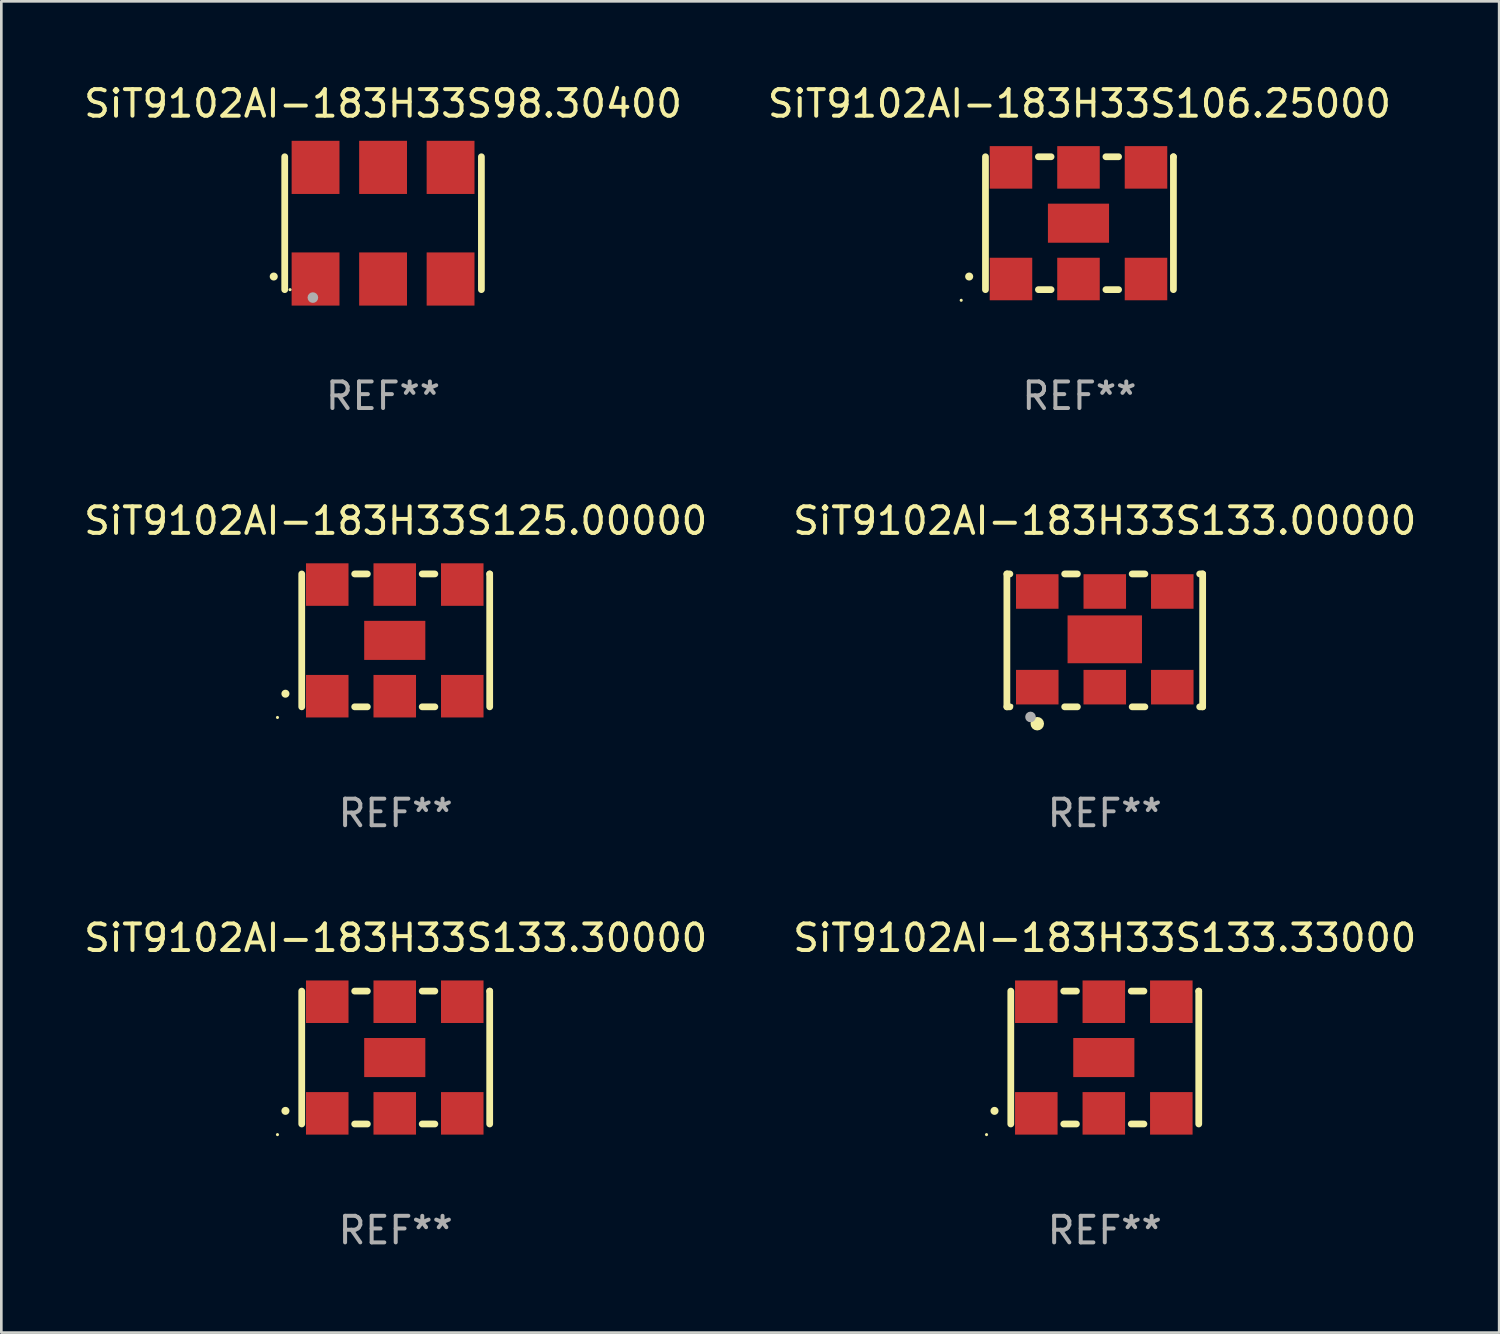
<source format=kicad_pcb>
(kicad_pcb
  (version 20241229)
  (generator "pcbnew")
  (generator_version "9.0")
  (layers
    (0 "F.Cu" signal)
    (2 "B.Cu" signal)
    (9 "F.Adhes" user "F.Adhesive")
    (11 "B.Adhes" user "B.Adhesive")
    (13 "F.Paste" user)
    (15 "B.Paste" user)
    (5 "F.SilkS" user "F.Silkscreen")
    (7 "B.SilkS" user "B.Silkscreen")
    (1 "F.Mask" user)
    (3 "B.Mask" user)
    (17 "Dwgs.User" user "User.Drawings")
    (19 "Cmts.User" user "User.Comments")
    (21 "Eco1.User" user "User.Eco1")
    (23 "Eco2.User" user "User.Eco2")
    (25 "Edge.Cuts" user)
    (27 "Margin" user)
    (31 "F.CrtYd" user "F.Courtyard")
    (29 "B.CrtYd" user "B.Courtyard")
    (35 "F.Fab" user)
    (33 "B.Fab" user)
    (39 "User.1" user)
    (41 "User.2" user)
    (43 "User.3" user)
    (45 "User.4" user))
  (footprint "SiT9102AI-183H33S133.33000"
    (layer "F.Cu")
    (at 38.518 36.741)
    (property "Reference" "SiT9102AI-183H33S133.33000" (at 0 -4.5 0) (layer "F.SilkS") (effects (font (size 1 1) (thickness 0.15))))
    (attr through_hole)
    (fp_line (start -3.536 -2.5) (end -3.536 2.5) (stroke (width 0.254) (type solid)) (layer "F.SilkS"))
    (fp_line (start -1.544 2.5) (end -1.067 2.5) (stroke (width 0.254) (type solid)) (layer "F.SilkS"))
    (fp_line (start -1.067 -2.5) (end -1.544 -2.5) (stroke (width 0.254) (type solid)) (layer "F.SilkS"))
    (fp_line (start 0.996 2.5) (end 1.473 2.5) (stroke (width 0.254) (type solid)) (layer "F.SilkS"))
    (fp_line (start 1.473 -2.5) (end 0.996 -2.5) (stroke (width 0.254) (type solid)) (layer "F.SilkS"))
    (fp_line (start 3.536 -2.5) (end 3.536 -2.5) (stroke (width 0.254) (type solid)) (layer "F.SilkS"))
    (fp_line (start 3.536 2.5) (end 3.536 -2.5) (stroke (width 0.254) (type solid)) (layer "F.SilkS"))
    (fp_arc (start -4.150432 2.006604) (mid -4.149162 2.006599) (end -4.147892 2.006604) (stroke (width 0.3) (type solid)) (layer "F.SilkS"))
    (fp_circle (center -4.449 2.9) (end -4.419 2.9) (stroke (width 0.06) (type solid)) (fill no) (layer "F.SilkS"))
    (fp_text user "REF**" (at 0 6.5 0) (layer "F.Fab") (effects (font (size 1 1) (thickness 0.15))))
    (pad "1" smd rect (at -2.576 2.1) (size 1.6 1.6) (layers "F.Cu" "F.Mask" "F.Paste"))
    (pad "2" smd rect (at -0.036 2.1) (size 1.6 1.6) (layers "F.Cu" "F.Mask" "F.Paste"))
    (pad "3" smd rect (at 2.504 2.1) (size 1.6 1.6) (layers "F.Cu" "F.Mask" "F.Paste"))
    (pad "4" smd rect (at 2.504 -2.1) (size 1.6 1.6) (layers "F.Cu" "F.Mask" "F.Paste"))
    (pad "5" smd rect (at -0.036 -2.1) (size 1.6 1.6) (layers "F.Cu" "F.Mask" "F.Paste"))
    (pad "6" smd rect (at -2.576 -2.1) (size 1.6 1.6) (layers "F.Cu" "F.Mask" "F.Paste"))
    (pad "7" smd rect (at -0.036 0) (size 2.3 1.47) (layers "F.Cu" "F.Mask" "F.Paste")))
  (footprint "SiT9102AI-183H33S133.30000"
    (layer "F.Cu")
    (at 11.839 36.741)
    (property "Reference" "SiT9102AI-183H33S133.30000" (at 0 -4.5 0) (layer "F.SilkS") (effects (font (size 1 1) (thickness 0.15))))
    (attr through_hole)
    (fp_line (start -3.536 -2.5) (end -3.536 2.5) (stroke (width 0.254) (type solid)) (layer "F.SilkS"))
    (fp_line (start -1.544 2.5) (end -1.067 2.5) (stroke (width 0.254) (type solid)) (layer "F.SilkS"))
    (fp_line (start -1.067 -2.5) (end -1.544 -2.5) (stroke (width 0.254) (type solid)) (layer "F.SilkS"))
    (fp_line (start 0.996 2.5) (end 1.473 2.5) (stroke (width 0.254) (type solid)) (layer "F.SilkS"))
    (fp_line (start 1.473 -2.5) (end 0.996 -2.5) (stroke (width 0.254) (type solid)) (layer "F.SilkS"))
    (fp_line (start 3.536 -2.5) (end 3.536 -2.5) (stroke (width 0.254) (type solid)) (layer "F.SilkS"))
    (fp_line (start 3.536 2.5) (end 3.536 -2.5) (stroke (width 0.254) (type solid)) (layer "F.SilkS"))
    (fp_arc (start -4.150432 2.006604) (mid -4.149162 2.006599) (end -4.147892 2.006604) (stroke (width 0.3) (type solid)) (layer "F.SilkS"))
    (fp_circle (center -4.449 2.9) (end -4.419 2.9) (stroke (width 0.06) (type solid)) (fill no) (layer "F.SilkS"))
    (fp_text user "REF**" (at 0 6.5 0) (layer "F.Fab") (effects (font (size 1 1) (thickness 0.15))))
    (pad "1" smd rect (at -2.576 2.1) (size 1.6 1.6) (layers "F.Cu" "F.Mask" "F.Paste"))
    (pad "2" smd rect (at -0.036 2.1) (size 1.6 1.6) (layers "F.Cu" "F.Mask" "F.Paste"))
    (pad "3" smd rect (at 2.504 2.1) (size 1.6 1.6) (layers "F.Cu" "F.Mask" "F.Paste"))
    (pad "4" smd rect (at 2.504 -2.1) (size 1.6 1.6) (layers "F.Cu" "F.Mask" "F.Paste"))
    (pad "5" smd rect (at -0.036 -2.1) (size 1.6 1.6) (layers "F.Cu" "F.Mask" "F.Paste"))
    (pad "6" smd rect (at -2.576 -2.1) (size 1.6 1.6) (layers "F.Cu" "F.Mask" "F.Paste"))
    (pad "7" smd rect (at -0.036 0) (size 2.3 1.47) (layers "F.Cu" "F.Mask" "F.Paste")))
  (footprint "SiT9102AI-183H33S98.30400"
    (layer "F.Cu")
    (at 11.363 5.348)
    (property "Reference" "SiT9102AI-183H33S98.30400" (at 0 -4.5 0) (layer "F.SilkS") (effects (font (size 1 1) (thickness 0.15))))
    (attr through_hole)
    (fp_line (start -3.7 -2.5) (end -3.7 2.5) (stroke (width 0.254) (type solid)) (layer "F.SilkS"))
    (fp_line (start 3.7 -2.5) (end 3.7 2.5) (stroke (width 0.254) (type solid)) (layer "F.SilkS"))
    (fp_arc (start -4.114415 2.006604) (mid -4.113145 2.006599) (end -4.111875 2.006604) (stroke (width 0.3) (type solid)) (layer "F.SilkS"))
    (fp_circle (center -3.5 2.501) (end -3.47 2.501) (stroke (width 0.06) (type solid)) (fill no) (layer "F.SilkS"))
    (fp_circle (center -2.641 2.799) (end -2.541 2.799) (stroke (width 0.2) (type solid)) (fill no) (layer "F.Fab"))
    (fp_text user "REF**" (at 0 6.5 0) (layer "F.Fab") (effects (font (size 1 1) (thickness 0.15))))
    (pad "1" smd rect (at -2.54 2.1) (size 1.8 2) (layers "F.Cu" "F.Mask" "F.Paste"))
    (pad "2" smd rect (at 0.000394 2.1) (size 1.8 2) (layers "F.Cu" "F.Mask" "F.Paste"))
    (pad "3" smd rect (at 2.54 2.1) (size 1.8 2) (layers "F.Cu" "F.Mask" "F.Paste"))
    (pad "4" smd rect (at 2.54 -2.1) (size 1.8 2) (layers "F.Cu" "F.Mask" "F.Paste"))
    (pad "5" smd rect (at 0.000394 -2.1) (size 1.8 2) (layers "F.Cu" "F.Mask" "F.Paste"))
    (pad "6" smd rect (at -2.54 -2.1) (size 1.8 2) (layers "F.Cu" "F.Mask" "F.Paste")))
  (footprint "SiT9102AI-183H33S125.00000"
    (layer "F.Cu")
    (at 11.839 21.045)
    (property "Reference" "SiT9102AI-183H33S125.00000" (at 0 -4.5 0) (layer "F.SilkS") (effects (font (size 1 1) (thickness 0.15))))
    (attr through_hole)
    (fp_line (start -3.536 -2.5) (end -3.536 2.5) (stroke (width 0.254) (type solid)) (layer "F.SilkS"))
    (fp_line (start -1.544 2.5) (end -1.067 2.5) (stroke (width 0.254) (type solid)) (layer "F.SilkS"))
    (fp_line (start -1.067 -2.5) (end -1.544 -2.5) (stroke (width 0.254) (type solid)) (layer "F.SilkS"))
    (fp_line (start 0.996 2.5) (end 1.473 2.5) (stroke (width 0.254) (type solid)) (layer "F.SilkS"))
    (fp_line (start 1.473 -2.5) (end 0.996 -2.5) (stroke (width 0.254) (type solid)) (layer "F.SilkS"))
    (fp_line (start 3.536 -2.5) (end 3.536 -2.5) (stroke (width 0.254) (type solid)) (layer "F.SilkS"))
    (fp_line (start 3.536 2.5) (end 3.536 -2.5) (stroke (width 0.254) (type solid)) (layer "F.SilkS"))
    (fp_arc (start -4.150432 2.006604) (mid -4.149162 2.006599) (end -4.147892 2.006604) (stroke (width 0.3) (type solid)) (layer "F.SilkS"))
    (fp_circle (center -4.449 2.9) (end -4.419 2.9) (stroke (width 0.06) (type solid)) (fill no) (layer "F.SilkS"))
    (fp_text user "REF**" (at 0 6.5 0) (layer "F.Fab") (effects (font (size 1 1) (thickness 0.15))))
    (pad "1" smd rect (at -2.576 2.1) (size 1.6 1.6) (layers "F.Cu" "F.Mask" "F.Paste"))
    (pad "2" smd rect (at -0.036 2.1) (size 1.6 1.6) (layers "F.Cu" "F.Mask" "F.Paste"))
    (pad "3" smd rect (at 2.504 2.1) (size 1.6 1.6) (layers "F.Cu" "F.Mask" "F.Paste"))
    (pad "4" smd rect (at 2.504 -2.1) (size 1.6 1.6) (layers "F.Cu" "F.Mask" "F.Paste"))
    (pad "5" smd rect (at -0.036 -2.1) (size 1.6 1.6) (layers "F.Cu" "F.Mask" "F.Paste"))
    (pad "6" smd rect (at -2.576 -2.1) (size 1.6 1.6) (layers "F.Cu" "F.Mask" "F.Paste"))
    (pad "7" smd rect (at -0.036 0) (size 2.3 1.47) (layers "F.Cu" "F.Mask" "F.Paste")))
  (footprint "SiT9102AI-183H33S106.25000"
    (layer "F.Cu")
    (at 37.565 5.348)
    (property "Reference" "SiT9102AI-183H33S106.25000" (at 0 -4.5 0) (layer "F.SilkS") (effects (font (size 1 1) (thickness 0.15))))
    (attr through_hole)
    (fp_line (start -3.536 -2.5) (end -3.536 2.5) (stroke (width 0.254) (type solid)) (layer "F.SilkS"))
    (fp_line (start -1.544 2.5) (end -1.067 2.5) (stroke (width 0.254) (type solid)) (layer "F.SilkS"))
    (fp_line (start -1.067 -2.5) (end -1.544 -2.5) (stroke (width 0.254) (type solid)) (layer "F.SilkS"))
    (fp_line (start 0.996 2.5) (end 1.473 2.5) (stroke (width 0.254) (type solid)) (layer "F.SilkS"))
    (fp_line (start 1.473 -2.5) (end 0.996 -2.5) (stroke (width 0.254) (type solid)) (layer "F.SilkS"))
    (fp_line (start 3.536 -2.5) (end 3.536 -2.5) (stroke (width 0.254) (type solid)) (layer "F.SilkS"))
    (fp_line (start 3.536 2.5) (end 3.536 -2.5) (stroke (width 0.254) (type solid)) (layer "F.SilkS"))
    (fp_arc (start -4.150432 2.006604) (mid -4.149162 2.006599) (end -4.147892 2.006604) (stroke (width 0.3) (type solid)) (layer "F.SilkS"))
    (fp_circle (center -4.449 2.9) (end -4.419 2.9) (stroke (width 0.06) (type solid)) (fill no) (layer "F.SilkS"))
    (fp_text user "REF**" (at 0 6.5 0) (layer "F.Fab") (effects (font (size 1 1) (thickness 0.15))))
    (pad "1" smd rect (at -2.576 2.1) (size 1.6 1.6) (layers "F.Cu" "F.Mask" "F.Paste"))
    (pad "2" smd rect (at -0.036 2.1) (size 1.6 1.6) (layers "F.Cu" "F.Mask" "F.Paste"))
    (pad "3" smd rect (at 2.504 2.1) (size 1.6 1.6) (layers "F.Cu" "F.Mask" "F.Paste"))
    (pad "4" smd rect (at 2.504 -2.1) (size 1.6 1.6) (layers "F.Cu" "F.Mask" "F.Paste"))
    (pad "5" smd rect (at -0.036 -2.1) (size 1.6 1.6) (layers "F.Cu" "F.Mask" "F.Paste"))
    (pad "6" smd rect (at -2.576 -2.1) (size 1.6 1.6) (layers "F.Cu" "F.Mask" "F.Paste"))
    (pad "7" smd rect (at -0.036 0) (size 2.3 1.47) (layers "F.Cu" "F.Mask" "F.Paste")))
  (footprint "SiT9102AI-183H33S133.00000"
    (layer "F.Cu")
    (at 38.518 21.045)
    (property "Reference" "SiT9102AI-183H33S133.00000" (at 0 -4.5 0) (layer "F.SilkS") (effects (font (size 1 1) (thickness 0.15))))
    (attr through_hole)
    (fp_line (start -3.683 -2.5) (end -3.571 -2.5) (stroke (width 0.254) (type solid)) (layer "F.SilkS"))
    (fp_line (start -3.683 2.5) (end -3.683 -2.5) (stroke (width 0.254) (type solid)) (layer "F.SilkS"))
    (fp_line (start -3.683 2.5) (end -3.571 2.5) (stroke (width 0.254) (type solid)) (layer "F.SilkS"))
    (fp_line (start -1.509 -2.5) (end -1.031 -2.5) (stroke (width 0.254) (type solid)) (layer "F.SilkS"))
    (fp_line (start -1.509 2.5) (end -1.031 2.5) (stroke (width 0.254) (type solid)) (layer "F.SilkS"))
    (fp_line (start 1.031 -2.5) (end 1.509 -2.5) (stroke (width 0.254) (type solid)) (layer "F.SilkS"))
    (fp_line (start 1.031 2.5) (end 1.509 2.5) (stroke (width 0.254) (type solid)) (layer "F.SilkS"))
    (fp_line (start 3.571 -2.5) (end 3.683 -2.5) (stroke (width 0.254) (type solid)) (layer "F.SilkS"))
    (fp_line (start 3.571 2.5) (end 3.683 2.5) (stroke (width 0.254) (type solid)) (layer "F.SilkS"))
    (fp_line (start 3.683 2.5) (end 3.683 -2.5) (stroke (width 0.254) (type solid)) (layer "F.SilkS"))
    (fp_circle (center -3.5 2.46) (end -3.47 2.46) (stroke (width 0.06) (type solid)) (fill no) (layer "F.SilkS"))
    (fp_circle (center -2.54 3.135) (end -2.413 3.135) (stroke (width 0.254) (type solid)) (fill no) (layer "F.SilkS"))
    (fp_circle (center -2.794 2.881) (end -2.694 2.881) (stroke (width 0.2) (type solid)) (fill no) (layer "F.Fab"))
    (fp_text user "REF**" (at 0 6.5 0) (layer "F.Fab") (effects (font (size 1 1) (thickness 0.15))))
    (pad "1" smd rect (at -2.54 1.76) (size 1.6 1.3) (layers "F.Cu" "F.Mask" "F.Paste"))
    (pad "2" smd rect (at 0 1.76) (size 1.6 1.3) (layers "F.Cu" "F.Mask" "F.Paste"))
    (pad "3" smd rect (at 2.54 1.76) (size 1.6 1.3) (layers "F.Cu" "F.Mask" "F.Paste"))
    (pad "4" smd rect (at 2.54 -1.84) (size 1.6 1.3) (layers "F.Cu" "F.Mask" "F.Paste"))
    (pad "5" smd rect (at 0 -1.84) (size 1.6 1.3) (layers "F.Cu" "F.Mask" "F.Paste"))
    (pad "6" smd rect (at -2.54 -1.84) (size 1.6 1.3) (layers "F.Cu" "F.Mask" "F.Paste"))
    (pad "7" smd rect (at 0 -0.04) (size 2.8 1.8) (layers "F.Cu" "F.Mask" "F.Paste")))
  (gr_rect
    (start -3 -3)
    (end 53.357 47.09)
    (stroke (width 0.1) (type default))
    (fill no)
    (layer "Edge.Cuts")))
</source>
